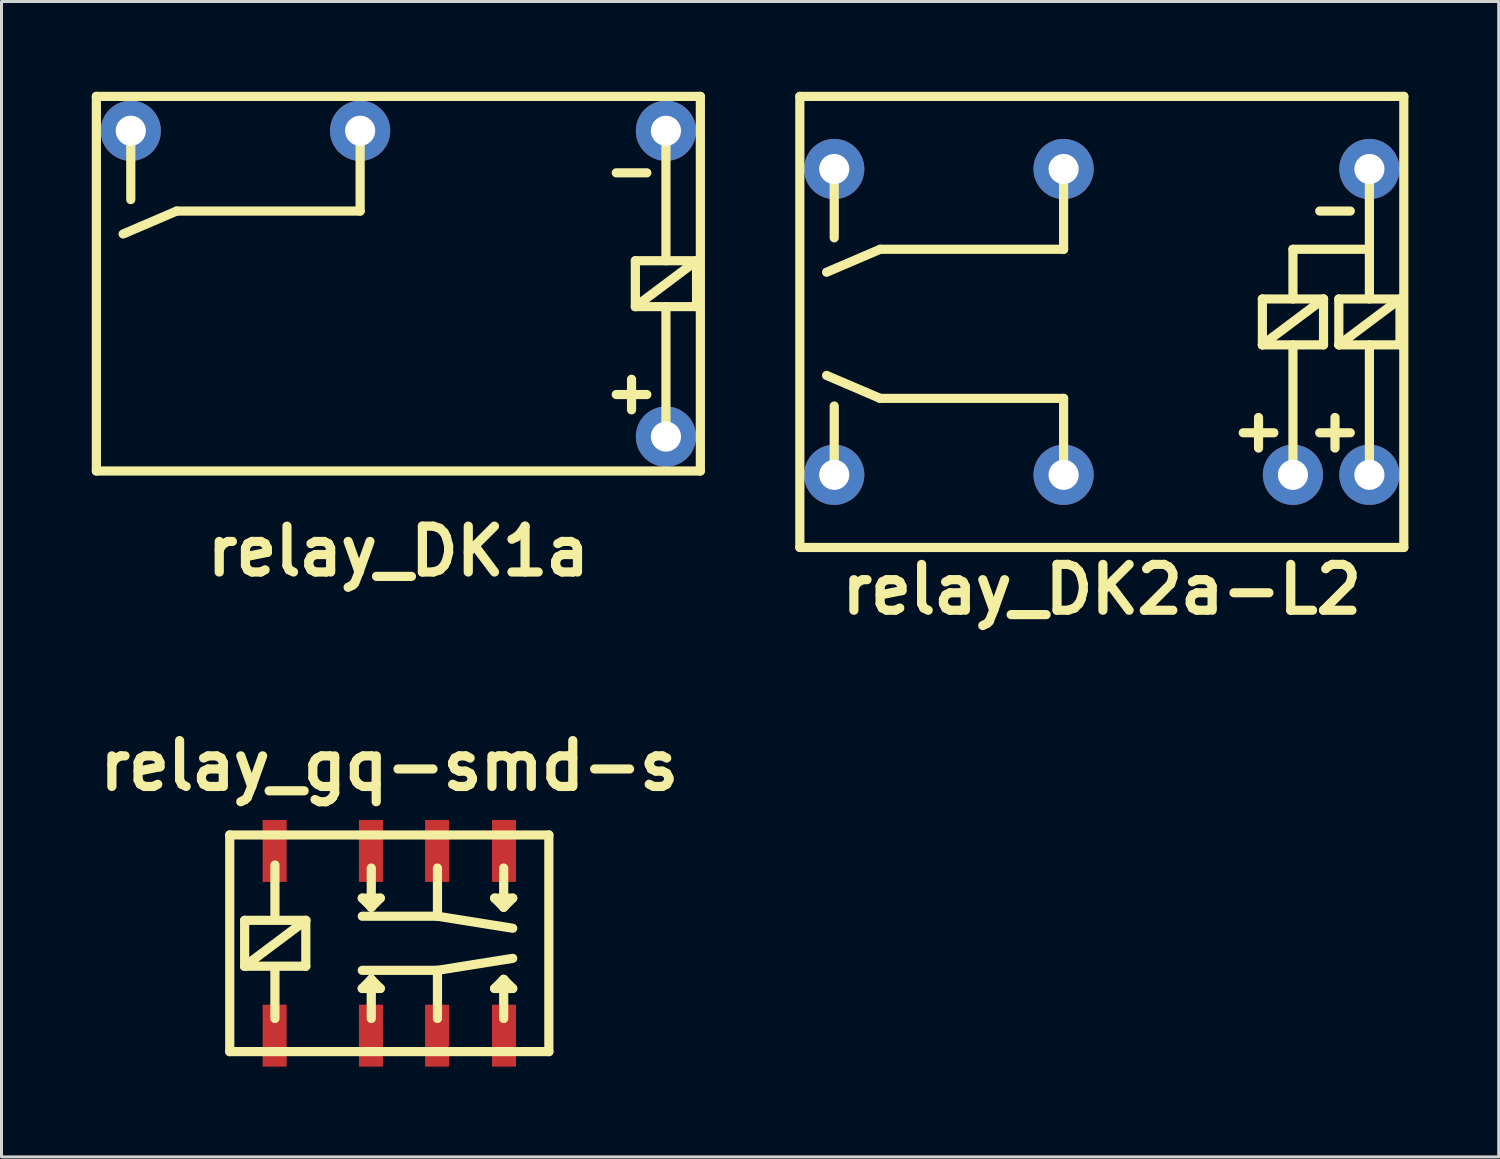
<source format=kicad_pcb>
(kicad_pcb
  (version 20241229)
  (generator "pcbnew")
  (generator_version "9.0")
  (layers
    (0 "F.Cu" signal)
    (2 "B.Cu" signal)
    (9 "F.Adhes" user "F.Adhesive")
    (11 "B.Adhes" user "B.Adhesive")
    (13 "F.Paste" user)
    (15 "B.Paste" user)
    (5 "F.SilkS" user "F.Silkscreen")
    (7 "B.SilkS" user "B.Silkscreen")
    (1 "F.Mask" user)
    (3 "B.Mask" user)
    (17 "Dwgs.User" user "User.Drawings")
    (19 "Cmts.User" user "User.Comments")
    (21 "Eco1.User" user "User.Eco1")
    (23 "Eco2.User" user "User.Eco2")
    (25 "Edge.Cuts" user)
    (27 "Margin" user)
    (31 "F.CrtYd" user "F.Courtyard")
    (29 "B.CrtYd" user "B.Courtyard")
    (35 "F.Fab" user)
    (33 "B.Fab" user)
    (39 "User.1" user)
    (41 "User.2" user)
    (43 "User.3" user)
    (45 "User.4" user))
  (footprint "relay_DK2a-L2"
    (layer "F.Cu")
    (at 33.556 7.645)
    (property "Reference" "relay_DK2a-L2" (at 0 8.89 0) (layer "F.SilkS") (effects (font (size 1.524 1.524) (thickness 0.305))))
    (attr through_hole)
    (fp_line (start -10.033 -7.493) (end -10.033 7.493) (stroke (width 0.305) (type solid)) (layer "F.SilkS"))
    (fp_line (start -10.033 7.493) (end 10.033 7.493) (stroke (width 0.305) (type solid)) (layer "F.SilkS"))
    (fp_line (start -8.89 -5.08) (end -8.89 -2.794) (stroke (width 0.305) (type solid)) (layer "F.SilkS"))
    (fp_line (start -8.89 2.794) (end -8.89 5.08) (stroke (width 0.305) (type solid)) (layer "F.SilkS"))
    (fp_line (start -7.366 -2.413) (end -9.144 -1.651) (stroke (width 0.305) (type solid)) (layer "F.SilkS"))
    (fp_line (start -7.366 2.54) (end -9.144 1.778) (stroke (width 0.305) (type solid)) (layer "F.SilkS"))
    (fp_line (start -1.27 -4.953) (end -1.27 -2.413) (stroke (width 0.305) (type solid)) (layer "F.SilkS"))
    (fp_line (start -1.27 -2.413) (end -7.366 -2.413) (stroke (width 0.305) (type solid)) (layer "F.SilkS"))
    (fp_line (start -1.27 2.54) (end -7.366 2.54) (stroke (width 0.305) (type solid)) (layer "F.SilkS"))
    (fp_line (start -1.27 2.54) (end -1.27 5.08) (stroke (width 0.305) (type solid)) (layer "F.SilkS"))
    (fp_line (start 4.699 3.683) (end 5.715 3.683) (stroke (width 0.305) (type solid)) (layer "F.SilkS"))
    (fp_line (start 5.207 3.175) (end 5.207 4.191) (stroke (width 0.305) (type solid)) (layer "F.SilkS"))
    (fp_line (start 5.334 -0.762) (end 7.366 -0.762) (stroke (width 0.305) (type solid)) (layer "F.SilkS"))
    (fp_line (start 5.334 0.762) (end 5.334 -0.762) (stroke (width 0.305) (type solid)) (layer "F.SilkS"))
    (fp_line (start 6.35 -2.413) (end 8.89 -2.413) (stroke (width 0.305) (type solid)) (layer "F.SilkS"))
    (fp_line (start 6.35 -0.762) (end 6.35 -2.413) (stroke (width 0.305) (type solid)) (layer "F.SilkS"))
    (fp_line (start 6.35 5.08) (end 6.35 0.762) (stroke (width 0.305) (type solid)) (layer "F.SilkS"))
    (fp_line (start 7.239 -3.683) (end 8.255 -3.683) (stroke (width 0.305) (type solid)) (layer "F.SilkS"))
    (fp_line (start 7.239 3.683) (end 8.255 3.683) (stroke (width 0.305) (type solid)) (layer "F.SilkS"))
    (fp_line (start 7.366 -0.762) (end 5.334 0.762) (stroke (width 0.305) (type solid)) (layer "F.SilkS"))
    (fp_line (start 7.366 -0.762) (end 7.366 0.762) (stroke (width 0.305) (type solid)) (layer "F.SilkS"))
    (fp_line (start 7.366 0.762) (end 5.334 0.762) (stroke (width 0.305) (type solid)) (layer "F.SilkS"))
    (fp_line (start 7.747 3.175) (end 7.747 4.191) (stroke (width 0.305) (type solid)) (layer "F.SilkS"))
    (fp_line (start 7.874 -0.762) (end 9.906 -0.762) (stroke (width 0.305) (type solid)) (layer "F.SilkS"))
    (fp_line (start 7.874 0.762) (end 7.874 -0.762) (stroke (width 0.305) (type solid)) (layer "F.SilkS"))
    (fp_line (start 8.89 -0.762) (end 8.89 -5.08) (stroke (width 0.305) (type solid)) (layer "F.SilkS"))
    (fp_line (start 8.89 5.08) (end 8.89 0.762) (stroke (width 0.305) (type solid)) (layer "F.SilkS"))
    (fp_line (start 9.906 -0.762) (end 7.874 0.762) (stroke (width 0.305) (type solid)) (layer "F.SilkS"))
    (fp_line (start 9.906 -0.762) (end 9.906 0.762) (stroke (width 0.305) (type solid)) (layer "F.SilkS"))
    (fp_line (start 9.906 0.762) (end 7.874 0.762) (stroke (width 0.305) (type solid)) (layer "F.SilkS"))
    (fp_line (start 10.033 -7.493) (end -10.033 -7.493) (stroke (width 0.305) (type solid)) (layer "F.SilkS"))
    (fp_line (start 10.033 7.493) (end 10.033 -7.493) (stroke (width 0.305) (type solid)) (layer "F.SilkS"))
    (pad "1" thru_hole circle (at 8.89 -5.08 180) (size 2 2) (drill 1) (layers "*.Cu" "*.Mask"))
    (pad "3" thru_hole circle (at -1.27 -5.08 180) (size 2 2) (drill 1) (layers "*.Cu" "*.Mask"))
    (pad "4" thru_hole circle (at -8.89 -5.08 180) (size 2 2) (drill 1) (layers "*.Cu" "*.Mask"))
    (pad "5" thru_hole circle (at -8.89 5.08 180) (size 2 2) (drill 1) (layers "*.Cu" "*.Mask"))
    (pad "6" thru_hole circle (at -1.27 5.08 180) (size 2 2) (drill 1) (layers "*.Cu" "*.Mask"))
    (pad "7" thru_hole circle (at 6.35 5.08 180) (size 2 2) (drill 1) (layers "*.Cu" "*.Mask"))
    (pad "8" thru_hole circle (at 8.89 5.08 180) (size 2 2) (drill 1) (layers "*.Cu" "*.Mask")))
  (footprint "relay_DK1a"
    (layer "F.Cu")
    (at 10.185 6.375)
    (property "Reference" "relay_DK1a" (at 0 8.89 0) (layer "F.SilkS") (effects (font (size 1.524 1.524) (thickness 0.305))))
    (attr through_hole)
    (fp_line (start -10.033 6.223) (end -10.033 -6.223) (stroke (width 0.305) (type solid)) (layer "F.SilkS"))
    (fp_line (start -10.033 6.223) (end 10.033 6.223) (stroke (width 0.305) (type solid)) (layer "F.SilkS"))
    (fp_line (start -8.89 -5.08) (end -8.89 -2.794) (stroke (width 0.305) (type solid)) (layer "F.SilkS"))
    (fp_line (start -7.366 -2.413) (end -9.144 -1.651) (stroke (width 0.305) (type solid)) (layer "F.SilkS"))
    (fp_line (start -1.27 -4.953) (end -1.27 -2.413) (stroke (width 0.305) (type solid)) (layer "F.SilkS"))
    (fp_line (start -1.27 -2.413) (end -7.366 -2.413) (stroke (width 0.305) (type solid)) (layer "F.SilkS"))
    (fp_line (start 7.239 -3.683) (end 8.255 -3.683) (stroke (width 0.305) (type solid)) (layer "F.SilkS"))
    (fp_line (start 7.239 3.683) (end 8.255 3.683) (stroke (width 0.305) (type solid)) (layer "F.SilkS"))
    (fp_line (start 7.747 3.175) (end 7.747 4.191) (stroke (width 0.305) (type solid)) (layer "F.SilkS"))
    (fp_line (start 7.874 -0.762) (end 9.906 -0.762) (stroke (width 0.305) (type solid)) (layer "F.SilkS"))
    (fp_line (start 7.874 0.762) (end 7.874 -0.762) (stroke (width 0.305) (type solid)) (layer "F.SilkS"))
    (fp_line (start 8.89 -0.762) (end 8.89 -5.08) (stroke (width 0.305) (type solid)) (layer "F.SilkS"))
    (fp_line (start 8.89 5.08) (end 8.89 0.762) (stroke (width 0.305) (type solid)) (layer "F.SilkS"))
    (fp_line (start 9.906 -0.762) (end 7.874 0.762) (stroke (width 0.305) (type solid)) (layer "F.SilkS"))
    (fp_line (start 9.906 -0.762) (end 9.906 0.762) (stroke (width 0.305) (type solid)) (layer "F.SilkS"))
    (fp_line (start 9.906 0.762) (end 7.874 0.762) (stroke (width 0.305) (type solid)) (layer "F.SilkS"))
    (fp_line (start 10.033 -6.223) (end -10.033 -6.223) (stroke (width 0.305) (type solid)) (layer "F.SilkS"))
    (fp_line (start 10.033 -6.223) (end 10.033 6.223) (stroke (width 0.305) (type solid)) (layer "F.SilkS"))
    (pad "1" thru_hole circle (at 8.89 -5.08 180) (size 2 2) (drill 1) (layers "*.Cu" "*.Mask"))
    (pad "3" thru_hole circle (at -1.27 -5.08 180) (size 2 2) (drill 1) (layers "*.Cu" "*.Mask"))
    (pad "4" thru_hole circle (at -8.89 -5.08 180) (size 2 2) (drill 1) (layers "*.Cu" "*.Mask"))
    (pad "6" thru_hole circle (at 8.89 5.08 180) (size 2 2) (drill 1) (layers "*.Cu" "*.Mask")))
  (footprint "relay_gq-smd-s"
    (layer "F.Cu")
    (at 9.884 28.289)
    (property "Reference" "relay_gq-smd-s" (at 0 -5.9 0) (layer "F.SilkS") (effects (font (size 1.524 1.524) (thickness 0.305))))
    (attr through_hole)
    (fp_line (start -5.301 -3.599) (end 5.301 -3.599) (stroke (width 0.305) (type solid)) (layer "F.SilkS"))
    (fp_line (start -5.301 3.599) (end -5.301 -3.599) (stroke (width 0.305) (type solid)) (layer "F.SilkS"))
    (fp_line (start -4.806 -0.762) (end -2.774 -0.762) (stroke (width 0.305) (type solid)) (layer "F.SilkS"))
    (fp_line (start -4.806 0.762) (end -4.806 -0.762) (stroke (width 0.305) (type solid)) (layer "F.SilkS"))
    (fp_line (start -4.806 0.762) (end -2.774 -0.762) (stroke (width 0.305) (type solid)) (layer "F.SilkS"))
    (fp_line (start -3.8 -2.601) (end -3.8 -0.8) (stroke (width 0.305) (type solid)) (layer "F.SilkS"))
    (fp_line (start -3.8 2.499) (end -3.8 0.8) (stroke (width 0.305) (type solid)) (layer "F.SilkS"))
    (fp_line (start -2.774 -0.762) (end -2.774 0.762) (stroke (width 0.305) (type solid)) (layer "F.SilkS"))
    (fp_line (start -2.774 0.762) (end -4.806 0.762) (stroke (width 0.305) (type solid)) (layer "F.SilkS"))
    (fp_line (start -0.899 0.899) (end 1.6 0.899) (stroke (width 0.305) (type solid)) (layer "F.SilkS"))
    (fp_line (start -0.899 1.501) (end -0.3 1.501) (stroke (width 0.305) (type solid)) (layer "F.SilkS"))
    (fp_line (start -0.599 -2.499) (end -0.599 -1.199) (stroke (width 0.305) (type solid)) (layer "F.SilkS"))
    (fp_line (start -0.599 -1.199) (end -0.899 -1.501) (stroke (width 0.305) (type solid)) (layer "F.SilkS"))
    (fp_line (start -0.599 -1.199) (end -0.3 -1.501) (stroke (width 0.305) (type solid)) (layer "F.SilkS"))
    (fp_line (start -0.599 1.199) (end -0.899 1.501) (stroke (width 0.305) (type solid)) (layer "F.SilkS"))
    (fp_line (start -0.599 2.499) (end -0.599 1.199) (stroke (width 0.305) (type solid)) (layer "F.SilkS"))
    (fp_line (start -0.3 -1.501) (end -0.899 -1.501) (stroke (width 0.305) (type solid)) (layer "F.SilkS"))
    (fp_line (start -0.3 1.501) (end -0.599 1.199) (stroke (width 0.305) (type solid)) (layer "F.SilkS"))
    (fp_line (start 1.6 -2.499) (end 1.6 -0.899) (stroke (width 0.305) (type solid)) (layer "F.SilkS"))
    (fp_line (start 1.6 -0.899) (end -0.899 -0.899) (stroke (width 0.305) (type solid)) (layer "F.SilkS"))
    (fp_line (start 1.6 -0.899) (end 4.1 -0.5) (stroke (width 0.305) (type solid)) (layer "F.SilkS"))
    (fp_line (start 1.6 0.899) (end 1.6 2.499) (stroke (width 0.305) (type solid)) (layer "F.SilkS"))
    (fp_line (start 1.6 0.899) (end 4.1 0.5) (stroke (width 0.305) (type solid)) (layer "F.SilkS"))
    (fp_line (start 3.5 1.501) (end 4.1 1.501) (stroke (width 0.305) (type solid)) (layer "F.SilkS"))
    (fp_line (start 3.8 -2.499) (end 3.8 -1.199) (stroke (width 0.305) (type solid)) (layer "F.SilkS"))
    (fp_line (start 3.8 -1.199) (end 3.5 -1.501) (stroke (width 0.305) (type solid)) (layer "F.SilkS"))
    (fp_line (start 3.8 -1.199) (end 4.1 -1.501) (stroke (width 0.305) (type solid)) (layer "F.SilkS"))
    (fp_line (start 3.8 1.199) (end 3.5 1.501) (stroke (width 0.305) (type solid)) (layer "F.SilkS"))
    (fp_line (start 3.8 2.499) (end 3.8 1.199) (stroke (width 0.305) (type solid)) (layer "F.SilkS"))
    (fp_line (start 4.1 -1.501) (end 3.5 -1.501) (stroke (width 0.305) (type solid)) (layer "F.SilkS"))
    (fp_line (start 4.1 1.501) (end 3.8 1.199) (stroke (width 0.305) (type solid)) (layer "F.SilkS"))
    (fp_line (start 5.301 -3.599) (end 5.301 3.599) (stroke (width 0.305) (type solid)) (layer "F.SilkS"))
    (fp_line (start 5.301 3.599) (end -5.301 3.599) (stroke (width 0.305) (type solid)) (layer "F.SilkS"))
    (pad "1" smd rect (at -3.81 3.068) (size 0.798 2.057) (layers "F.Cu" "F.Mask" "F.Paste"))
    (pad "2" smd rect (at -0.61 3.068) (size 0.798 2.057) (layers "F.Cu" "F.Mask" "F.Paste"))
    (pad "3" smd rect (at 1.587 3.068) (size 0.798 2.057) (layers "F.Cu" "F.Mask" "F.Paste"))
    (pad "4" smd rect (at 3.81 3.068) (size 0.798 2.057) (layers "F.Cu" "F.Mask" "F.Paste"))
    (pad "5" smd rect (at 3.81 -3.068) (size 0.798 2.057) (layers "F.Cu" "F.Mask" "F.Paste"))
    (pad "6" smd rect (at 1.587 -3.068) (size 0.798 2.057) (layers "F.Cu" "F.Mask" "F.Paste"))
    (pad "7" smd rect (at -0.61 -3.068) (size 0.798 2.057) (layers "F.Cu" "F.Mask" "F.Paste"))
    (pad "8" smd rect (at -3.81 -3.068) (size 0.798 2.057) (layers "F.Cu" "F.Mask" "F.Paste")))
  (gr_rect
    (start -3 -3)
    (end 46.742 35.386)
    (stroke (width 0.1) (type default))
    (fill no)
    (layer "Edge.Cuts")))
</source>
